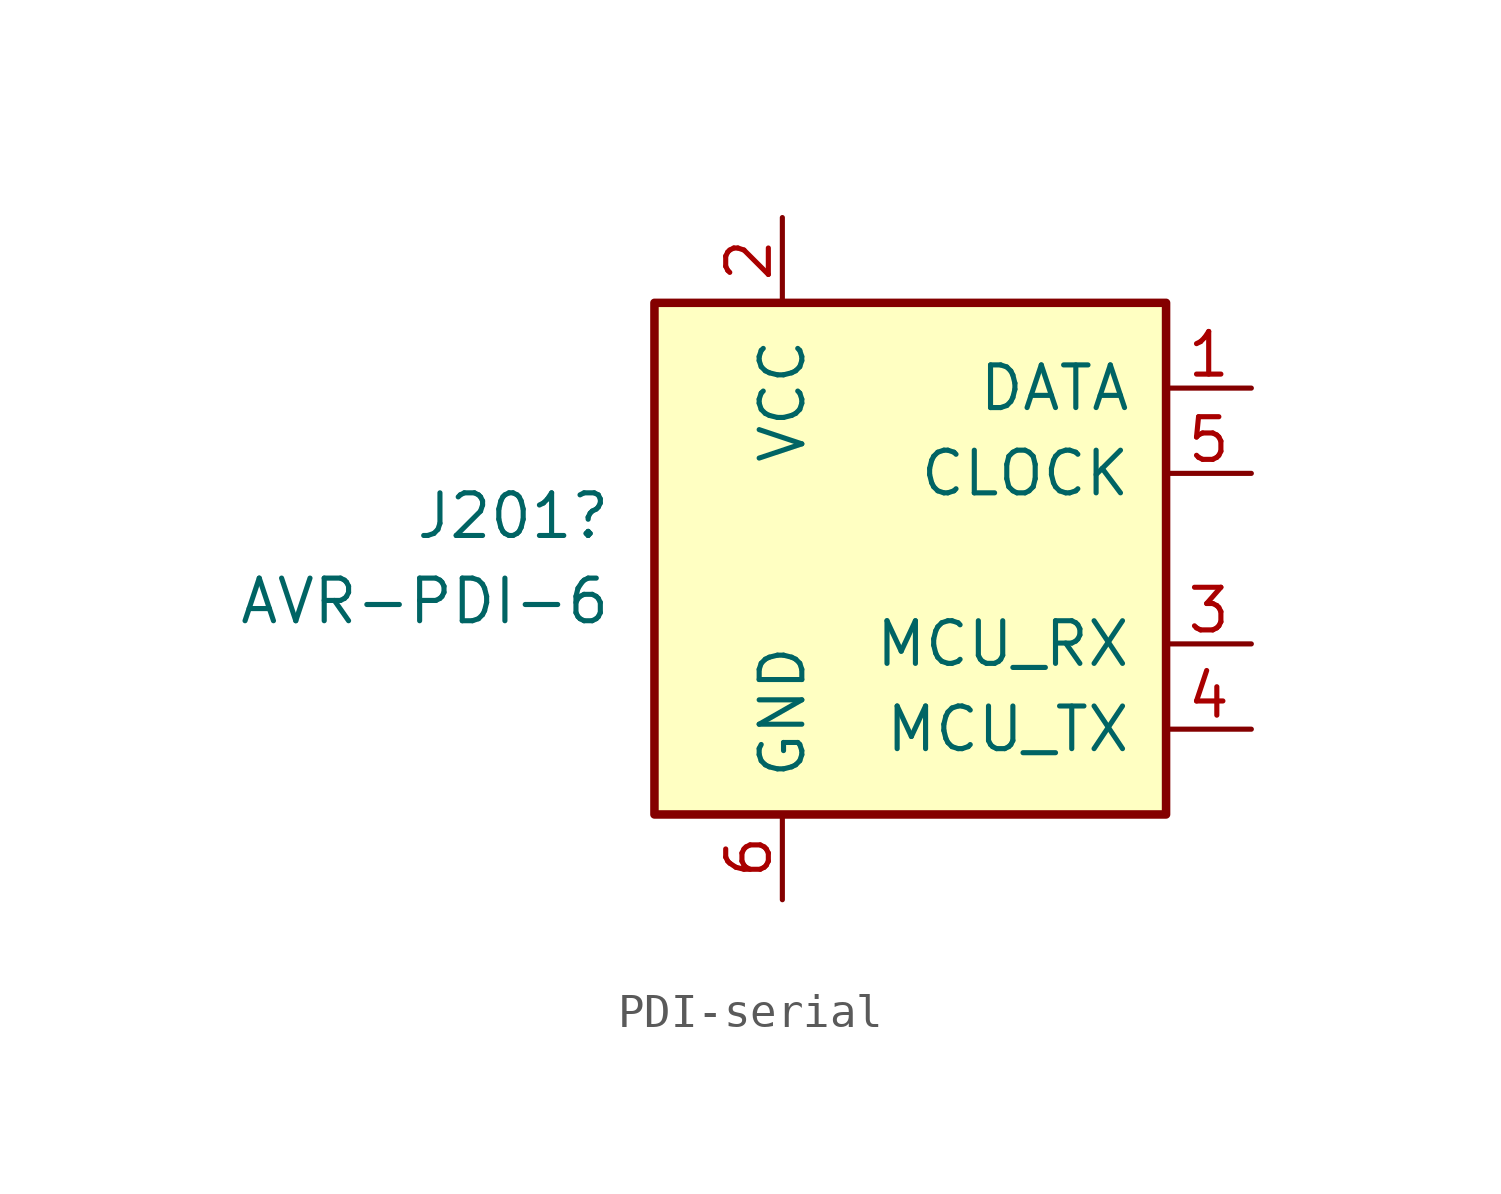
<source format=kicad_sym>
(kicad_symbol_lib
  (version 20220914)
  (generator kicad_symbol_editor)
  (symbol "PDI-serial"
    (pin_names
      (offset 1.016))
    (property "Reference" "J201"
      (at -8.89 1.27 0)
      (effects (font (size 1.27 1.27)) (justify right)))
    (property "Value" "AVR-PDI-6"
      (at -8.89 -1.27 0)
      (effects (font (size 1.27 1.27)) (justify right)))
    (symbol "PDI-serial_0_1"
      (rectangle (start -7.62 7.62) (end 7.62 -7.62) (stroke (width 0.254) (type default)) (fill (type background))))
    (symbol "PDI-serial_1_1"
      (pin passive line (at 10.16 5.08 180) (length 2.54) (name "DATA" (effects (font (size 1.27 1.27)))) (number "1" (effects (font (size 1.27 1.27)))))
      (pin passive line (at -3.81 10.16 270) (length 2.54) (name "VCC" (effects (font (size 1.27 1.27)))) (number "2" (effects (font (size 1.27 1.27)))))
      (pin passive line (at 10.16 -2.54 180) (length 2.54) (name "MCU_RX" (effects (font (size 1.27 1.27)))) (number "3" (effects (font (size 1.27 1.27)))))
      (pin passive line (at 10.16 -5.08 180) (length 2.54) (name "MCU_TX" (effects (font (size 1.27 1.27)))) (number "4" (effects (font (size 1.27 1.27)))))
      (pin passive line (at 10.16 2.54 180) (length 2.54) (name "CLOCK" (effects (font (size 1.27 1.27)))) (number "5" (effects (font (size 1.27 1.27)))))
      (pin passive line (at -3.81 -10.16 90) (length 2.54) (name "GND" (effects (font (size 1.27 1.27)))) (number "6" (effects (font (size 1.27 1.27))))))))
</source>
